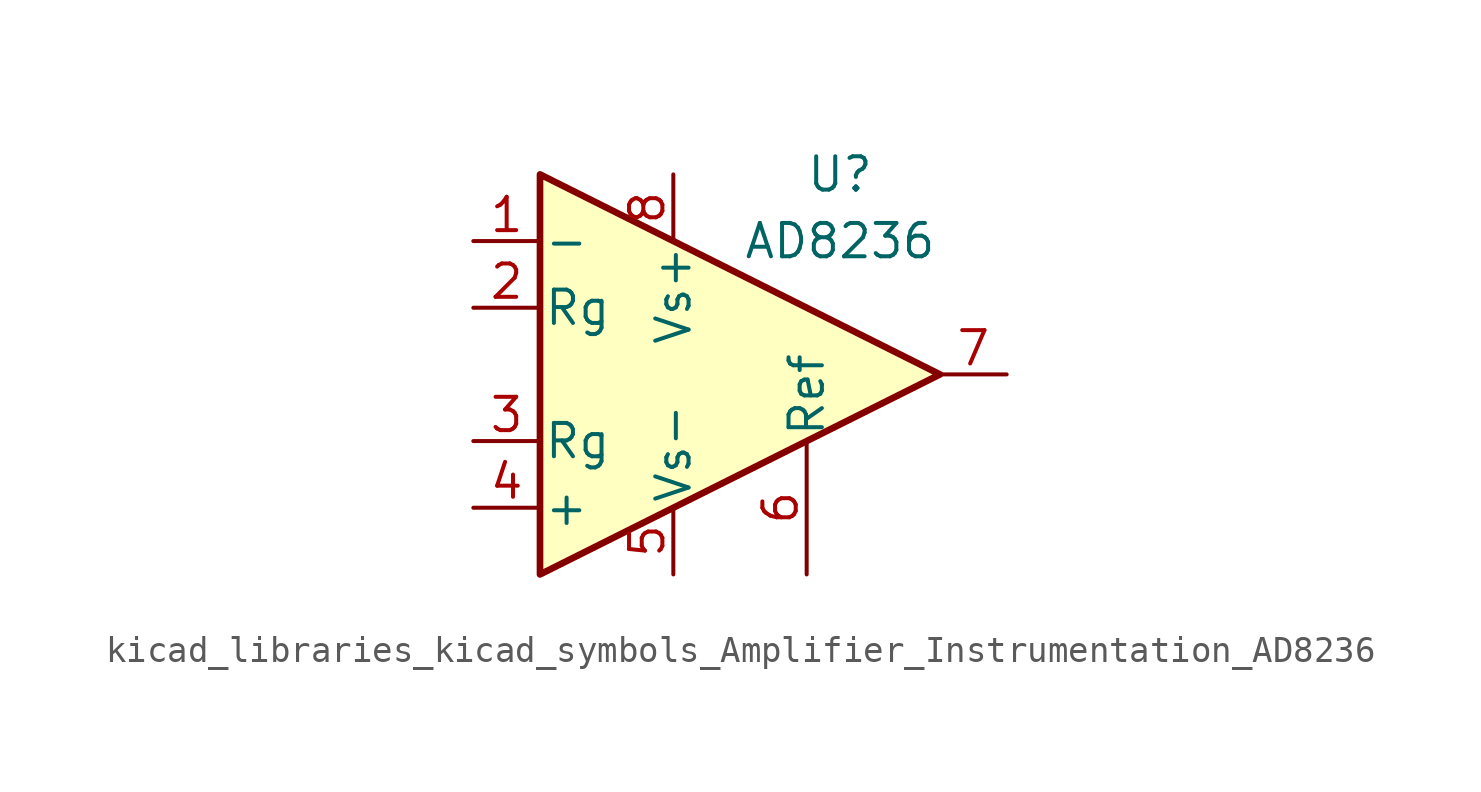
<source format=kicad_sym>
(kicad_symbol_lib
  (version 20220914)
  (generator kicad_symbol_editor)
  (symbol "kicad_libraries_kicad_symbols_Amplifier_Instrumentation_AD8236"
    (pin_names
      (offset 0.127))
    (property "Reference" "U"
      (at 3.81 7.62 0)
      (effects (font (size 1.27 1.27))))
    (property "Value" "AD8236"
      (at 3.81 5.08 0)
      (effects (font (size 1.27 1.27))))
    (symbol "kicad_libraries_kicad_symbols_Amplifier_Instrumentation_AD8236_0_1"
      (polyline (pts (xy -7.62 7.62) (xy -7.62 -7.62) (xy 7.62 0) (xy -7.62 7.62)) (stroke (width 0.254) (type default)) (fill (type background))))
    (symbol "kicad_libraries_kicad_symbols_Amplifier_Instrumentation_AD8236_1_1"
      (pin input line (at -10.16 5.08 0) (length 2.54) (name "-" (effects (font (size 1.27 1.27)))) (number "1" (effects (font (size 1.27 1.27)))))
      (pin passive line (at -10.16 2.54 0) (length 2.54) (name "Rg" (effects (font (size 1.27 1.27)))) (number "2" (effects (font (size 1.27 1.27)))))
      (pin passive line (at -10.16 -2.54 0) (length 2.54) (name "Rg" (effects (font (size 1.27 1.27)))) (number "3" (effects (font (size 1.27 1.27)))))
      (pin input line (at -10.16 -5.08 0) (length 2.54) (name "+" (effects (font (size 1.27 1.27)))) (number "4" (effects (font (size 1.27 1.27)))))
      (pin power_in line (at -2.54 -7.62 90) (length 2.54) (name "Vs-" (effects (font (size 1.27 1.27)))) (number "5" (effects (font (size 1.27 1.27)))))
      (pin passive line (at 2.54 -7.62 90) (length 5.08) (name "Ref" (effects (font (size 1.27 1.27)))) (number "6" (effects (font (size 1.27 1.27)))))
      (pin output line (at 10.16 0 180) (length 2.54) (name "~" (effects (font (size 1.27 1.27)))) (number "7" (effects (font (size 1.27 1.27)))))
      (pin power_in line (at -2.54 7.62 270) (length 2.54) (name "Vs+" (effects (font (size 1.27 1.27)))) (number "8" (effects (font (size 1.27 1.27))))))))
</source>
